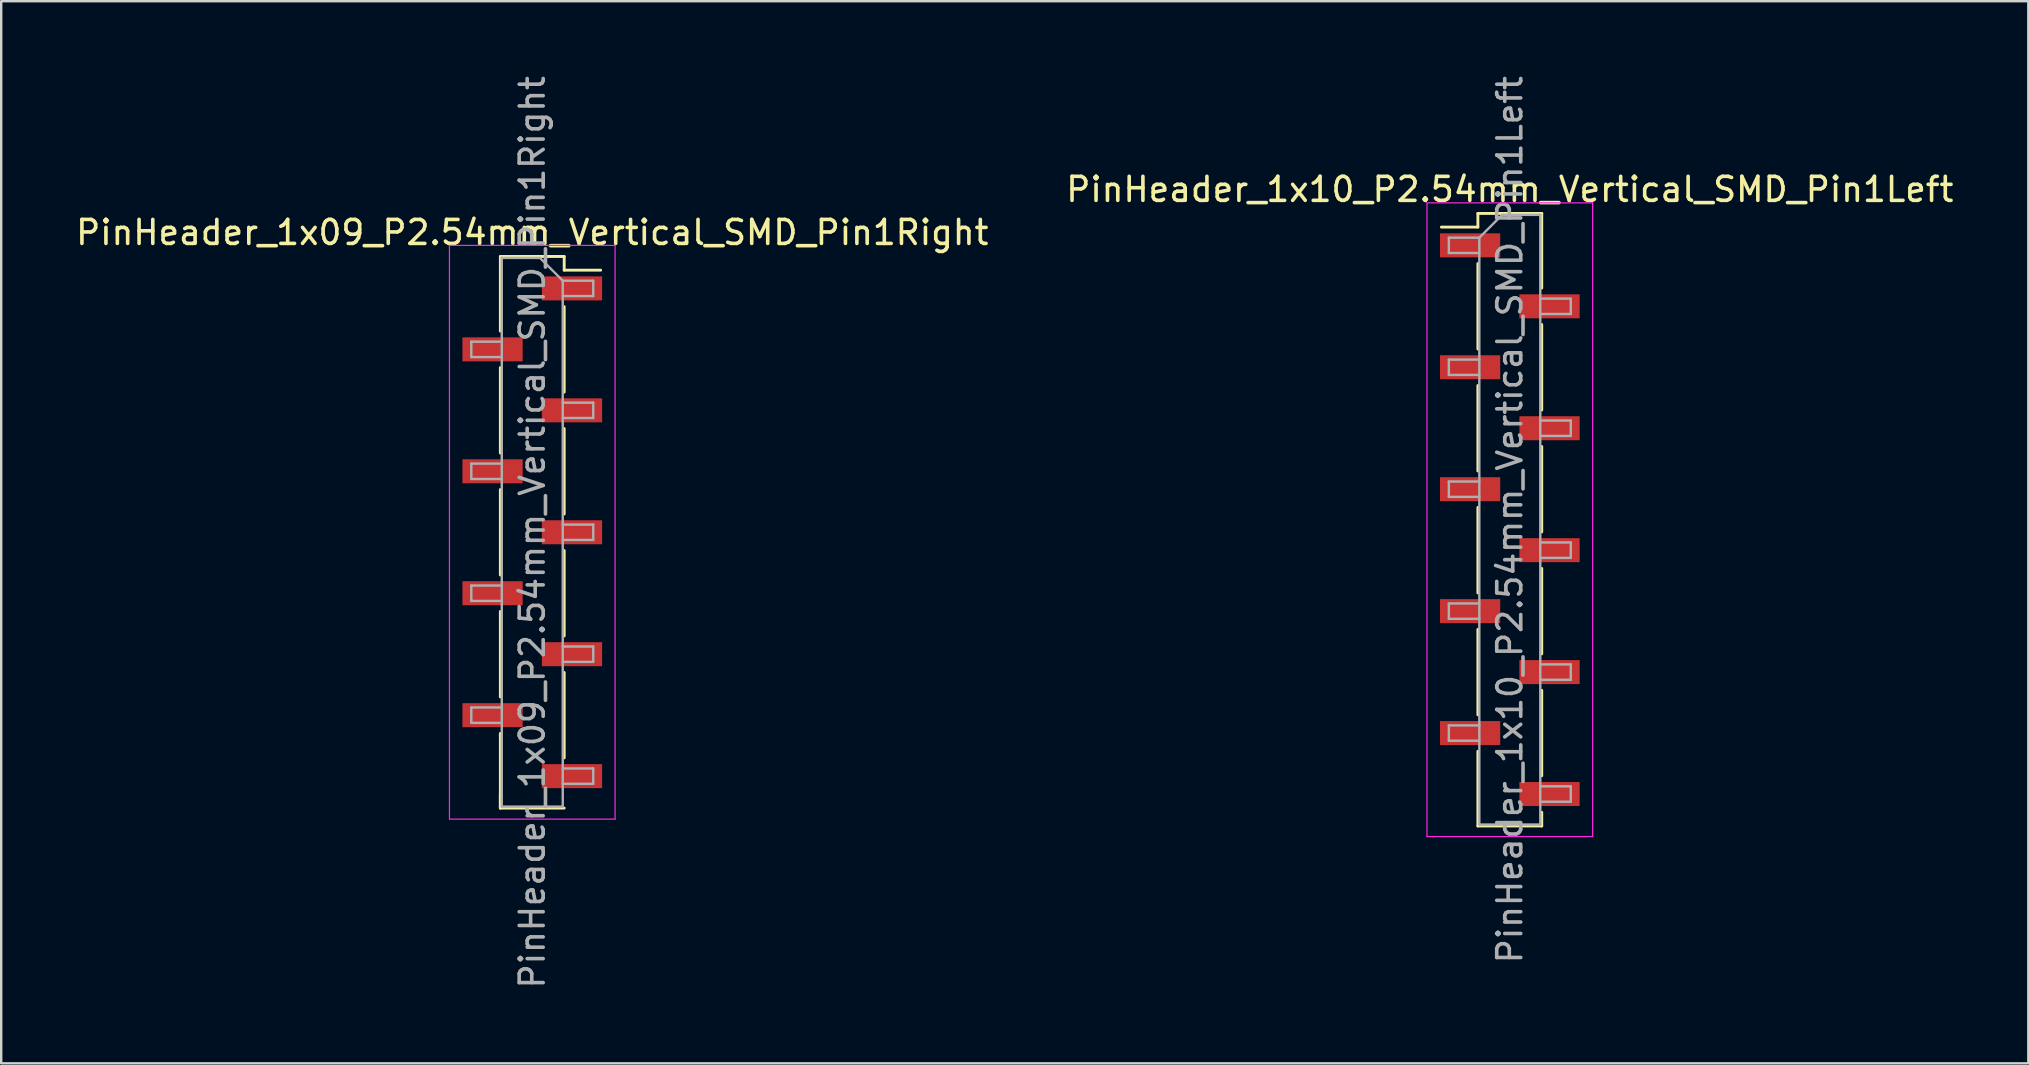
<source format=kicad_pcb>
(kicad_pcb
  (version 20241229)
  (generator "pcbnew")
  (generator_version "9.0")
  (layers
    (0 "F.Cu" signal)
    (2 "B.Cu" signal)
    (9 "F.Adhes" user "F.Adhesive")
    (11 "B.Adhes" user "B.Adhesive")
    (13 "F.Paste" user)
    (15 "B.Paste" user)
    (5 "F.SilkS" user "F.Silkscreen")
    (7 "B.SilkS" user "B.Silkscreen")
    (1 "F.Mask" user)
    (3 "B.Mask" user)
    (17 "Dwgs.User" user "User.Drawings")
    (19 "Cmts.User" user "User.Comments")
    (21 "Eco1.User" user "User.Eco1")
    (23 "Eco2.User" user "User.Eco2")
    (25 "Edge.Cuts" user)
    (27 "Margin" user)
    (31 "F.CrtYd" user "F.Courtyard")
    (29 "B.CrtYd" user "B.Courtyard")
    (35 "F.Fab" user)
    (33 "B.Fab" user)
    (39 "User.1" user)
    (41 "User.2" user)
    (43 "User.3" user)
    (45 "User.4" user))
  (footprint "PinHeader_1x09_P2.54mm_Vertical_SMD_Pin1Right"
    (layer "F.Cu")
    (at 19.125 19.125)
    (property "Reference" "PinHeader_1x09_P2.54mm_Vertical_SMD_Pin1Right" (at 0 -12.49 0) (layer "F.SilkS") (effects (font (size 1 1) (thickness 0.15))))
    (attr smd)
    (fp_line (start -1.33 -11.49) (end -1.33 -8.38) (stroke (width 0.12) (type solid)) (layer "F.SilkS"))
    (fp_line (start -1.33 -11.49) (end 1.33 -11.49) (stroke (width 0.12) (type solid)) (layer "F.SilkS"))
    (fp_line (start -1.33 -6.86) (end -1.33 -3.3) (stroke (width 0.12) (type solid)) (layer "F.SilkS"))
    (fp_line (start -1.33 -1.78) (end -1.33 1.78) (stroke (width 0.12) (type solid)) (layer "F.SilkS"))
    (fp_line (start -1.33 3.3) (end -1.33 6.86) (stroke (width 0.12) (type solid)) (layer "F.SilkS"))
    (fp_line (start -1.33 8.38) (end -1.33 11.49) (stroke (width 0.12) (type solid)) (layer "F.SilkS"))
    (fp_line (start -1.33 10.92) (end -1.33 11.49) (stroke (width 0.12) (type solid)) (layer "F.SilkS"))
    (fp_line (start -1.33 11.49) (end 1.33 11.49) (stroke (width 0.12) (type solid)) (layer "F.SilkS"))
    (fp_line (start 1.33 -11.49) (end 1.33 -10.92) (stroke (width 0.12) (type solid)) (layer "F.SilkS"))
    (fp_line (start 1.33 -10.92) (end 2.85 -10.92) (stroke (width 0.12) (type solid)) (layer "F.SilkS"))
    (fp_line (start 1.33 -9.4) (end 1.33 -5.84) (stroke (width 0.12) (type solid)) (layer "F.SilkS"))
    (fp_line (start 1.33 -4.32) (end 1.33 -0.76) (stroke (width 0.12) (type solid)) (layer "F.SilkS"))
    (fp_line (start 1.33 0.76) (end 1.33 4.32) (stroke (width 0.12) (type solid)) (layer "F.SilkS"))
    (fp_line (start 1.33 5.84) (end 1.33 9.4) (stroke (width 0.12) (type solid)) (layer "F.SilkS"))
    (fp_line (start -3.45 -11.95) (end -3.45 11.95) (stroke (width 0.05) (type solid)) (layer "F.CrtYd"))
    (fp_line (start -3.45 11.95) (end 3.45 11.95) (stroke (width 0.05) (type solid)) (layer "F.CrtYd"))
    (fp_line (start 3.45 -11.95) (end -3.45 -11.95) (stroke (width 0.05) (type solid)) (layer "F.CrtYd"))
    (fp_line (start 3.45 11.95) (end 3.45 -11.95) (stroke (width 0.05) (type solid)) (layer "F.CrtYd"))
    (fp_line (start -2.54 -7.94) (end -2.54 -7.3) (stroke (width 0.1) (type solid)) (layer "F.Fab"))
    (fp_line (start -2.54 -7.3) (end -1.27 -7.3) (stroke (width 0.1) (type solid)) (layer "F.Fab"))
    (fp_line (start -2.54 -2.86) (end -2.54 -2.22) (stroke (width 0.1) (type solid)) (layer "F.Fab"))
    (fp_line (start -2.54 -2.22) (end -1.27 -2.22) (stroke (width 0.1) (type solid)) (layer "F.Fab"))
    (fp_line (start -2.54 2.22) (end -2.54 2.86) (stroke (width 0.1) (type solid)) (layer "F.Fab"))
    (fp_line (start -2.54 2.86) (end -1.27 2.86) (stroke (width 0.1) (type solid)) (layer "F.Fab"))
    (fp_line (start -2.54 7.3) (end -2.54 7.94) (stroke (width 0.1) (type solid)) (layer "F.Fab"))
    (fp_line (start -2.54 7.94) (end -1.27 7.94) (stroke (width 0.1) (type solid)) (layer "F.Fab"))
    (fp_line (start -1.27 -11.43) (end -1.27 11.43) (stroke (width 0.1) (type solid)) (layer "F.Fab"))
    (fp_line (start -1.27 -11.43) (end 0.32 -11.43) (stroke (width 0.1) (type solid)) (layer "F.Fab"))
    (fp_line (start -1.27 -7.94) (end -2.54 -7.94) (stroke (width 0.1) (type solid)) (layer "F.Fab"))
    (fp_line (start -1.27 -2.86) (end -2.54 -2.86) (stroke (width 0.1) (type solid)) (layer "F.Fab"))
    (fp_line (start -1.27 2.22) (end -2.54 2.22) (stroke (width 0.1) (type solid)) (layer "F.Fab"))
    (fp_line (start -1.27 7.3) (end -2.54 7.3) (stroke (width 0.1) (type solid)) (layer "F.Fab"))
    (fp_line (start 1.27 -10.48) (end 0.32 -11.43) (stroke (width 0.1) (type solid)) (layer "F.Fab"))
    (fp_line (start 1.27 -10.48) (end 2.54 -10.48) (stroke (width 0.1) (type solid)) (layer "F.Fab"))
    (fp_line (start 1.27 -5.4) (end 2.54 -5.4) (stroke (width 0.1) (type solid)) (layer "F.Fab"))
    (fp_line (start 1.27 -0.32) (end 2.54 -0.32) (stroke (width 0.1) (type solid)) (layer "F.Fab"))
    (fp_line (start 1.27 4.76) (end 2.54 4.76) (stroke (width 0.1) (type solid)) (layer "F.Fab"))
    (fp_line (start 1.27 9.84) (end 2.54 9.84) (stroke (width 0.1) (type solid)) (layer "F.Fab"))
    (fp_line (start 1.27 11.43) (end -1.27 11.43) (stroke (width 0.1) (type solid)) (layer "F.Fab"))
    (fp_line (start 1.27 11.43) (end 1.27 -10.48) (stroke (width 0.1) (type solid)) (layer "F.Fab"))
    (fp_line (start 2.54 -10.48) (end 2.54 -9.84) (stroke (width 0.1) (type solid)) (layer "F.Fab"))
    (fp_line (start 2.54 -9.84) (end 1.27 -9.84) (stroke (width 0.1) (type solid)) (layer "F.Fab"))
    (fp_line (start 2.54 -5.4) (end 2.54 -4.76) (stroke (width 0.1) (type solid)) (layer "F.Fab"))
    (fp_line (start 2.54 -4.76) (end 1.27 -4.76) (stroke (width 0.1) (type solid)) (layer "F.Fab"))
    (fp_line (start 2.54 -0.32) (end 2.54 0.32) (stroke (width 0.1) (type solid)) (layer "F.Fab"))
    (fp_line (start 2.54 0.32) (end 1.27 0.32) (stroke (width 0.1) (type solid)) (layer "F.Fab"))
    (fp_line (start 2.54 4.76) (end 2.54 5.4) (stroke (width 0.1) (type solid)) (layer "F.Fab"))
    (fp_line (start 2.54 5.4) (end 1.27 5.4) (stroke (width 0.1) (type solid)) (layer "F.Fab"))
    (fp_line (start 2.54 9.84) (end 2.54 10.48) (stroke (width 0.1) (type solid)) (layer "F.Fab"))
    (fp_line (start 2.54 10.48) (end 1.27 10.48) (stroke (width 0.1) (type solid)) (layer "F.Fab"))
    (fp_text user "${REFERENCE}" (at 0 0 90) (layer "F.Fab") (effects (font (size 1 1) (thickness 0.15))))
    (pad "1" smd rect (at 1.655 -10.16) (size 2.51 1) (layers "F.Cu" "F.Mask" "F.Paste"))
    (pad "2" smd rect (at -1.655 -7.62) (size 2.51 1) (layers "F.Cu" "F.Mask" "F.Paste"))
    (pad "3" smd rect (at 1.655 -5.08) (size 2.51 1) (layers "F.Cu" "F.Mask" "F.Paste"))
    (pad "4" smd rect (at -1.655 -2.54) (size 2.51 1) (layers "F.Cu" "F.Mask" "F.Paste"))
    (pad "5" smd rect (at 1.655 0) (size 2.51 1) (layers "F.Cu" "F.Mask" "F.Paste"))
    (pad "6" smd rect (at -1.655 2.54) (size 2.51 1) (layers "F.Cu" "F.Mask" "F.Paste"))
    (pad "7" smd rect (at 1.655 5.08) (size 2.51 1) (layers "F.Cu" "F.Mask" "F.Paste"))
    (pad "8" smd rect (at -1.655 7.62) (size 2.51 1) (layers "F.Cu" "F.Mask" "F.Paste"))
    (pad "9" smd rect (at 1.655 10.16) (size 2.51 1) (layers "F.Cu" "F.Mask" "F.Paste")))
  (footprint "PinHeader_1x10_P2.54mm_Vertical_SMD_Pin1Left"
    (layer "F.Cu")
    (at 59.851 18.601)
    (property "Reference" "PinHeader_1x10_P2.54mm_Vertical_SMD_Pin1Left" (at 0 -13.76 0) (layer "F.SilkS") (effects (font (size 1 1) (thickness 0.15))))
    (attr smd)
    (fp_line (start -1.33 -12.76) (end -1.33 -12.19) (stroke (width 0.12) (type solid)) (layer "F.SilkS"))
    (fp_line (start -1.33 -12.76) (end 1.33 -12.76) (stroke (width 0.12) (type solid)) (layer "F.SilkS"))
    (fp_line (start -1.33 -12.19) (end -2.85 -12.19) (stroke (width 0.12) (type solid)) (layer "F.SilkS"))
    (fp_line (start -1.33 -10.67) (end -1.33 -7.11) (stroke (width 0.12) (type solid)) (layer "F.SilkS"))
    (fp_line (start -1.33 -5.59) (end -1.33 -2.03) (stroke (width 0.12) (type solid)) (layer "F.SilkS"))
    (fp_line (start -1.33 -0.51) (end -1.33 3.05) (stroke (width 0.12) (type solid)) (layer "F.SilkS"))
    (fp_line (start -1.33 4.57) (end -1.33 8.13) (stroke (width 0.12) (type solid)) (layer "F.SilkS"))
    (fp_line (start -1.33 9.65) (end -1.33 12.76) (stroke (width 0.12) (type solid)) (layer "F.SilkS"))
    (fp_line (start -1.33 12.76) (end 1.33 12.76) (stroke (width 0.12) (type solid)) (layer "F.SilkS"))
    (fp_line (start 1.33 -12.76) (end 1.33 -9.65) (stroke (width 0.12) (type solid)) (layer "F.SilkS"))
    (fp_line (start 1.33 -8.13) (end 1.33 -4.57) (stroke (width 0.12) (type solid)) (layer "F.SilkS"))
    (fp_line (start 1.33 -3.05) (end 1.33 0.51) (stroke (width 0.12) (type solid)) (layer "F.SilkS"))
    (fp_line (start 1.33 2.03) (end 1.33 5.59) (stroke (width 0.12) (type solid)) (layer "F.SilkS"))
    (fp_line (start 1.33 7.11) (end 1.33 10.67) (stroke (width 0.12) (type solid)) (layer "F.SilkS"))
    (fp_line (start 1.33 12.19) (end 1.33 12.76) (stroke (width 0.12) (type solid)) (layer "F.SilkS"))
    (fp_line (start -3.45 -13.2) (end -3.45 13.2) (stroke (width 0.05) (type solid)) (layer "F.CrtYd"))
    (fp_line (start -3.45 13.2) (end 3.45 13.2) (stroke (width 0.05) (type solid)) (layer "F.CrtYd"))
    (fp_line (start 3.45 -13.2) (end -3.45 -13.2) (stroke (width 0.05) (type solid)) (layer "F.CrtYd"))
    (fp_line (start 3.45 13.2) (end 3.45 -13.2) (stroke (width 0.05) (type solid)) (layer "F.CrtYd"))
    (fp_line (start -2.54 -11.75) (end -2.54 -11.11) (stroke (width 0.1) (type solid)) (layer "F.Fab"))
    (fp_line (start -2.54 -11.11) (end -1.27 -11.11) (stroke (width 0.1) (type solid)) (layer "F.Fab"))
    (fp_line (start -2.54 -6.67) (end -2.54 -6.03) (stroke (width 0.1) (type solid)) (layer "F.Fab"))
    (fp_line (start -2.54 -6.03) (end -1.27 -6.03) (stroke (width 0.1) (type solid)) (layer "F.Fab"))
    (fp_line (start -2.54 -1.59) (end -2.54 -0.95) (stroke (width 0.1) (type solid)) (layer "F.Fab"))
    (fp_line (start -2.54 -0.95) (end -1.27 -0.95) (stroke (width 0.1) (type solid)) (layer "F.Fab"))
    (fp_line (start -2.54 3.49) (end -2.54 4.13) (stroke (width 0.1) (type solid)) (layer "F.Fab"))
    (fp_line (start -2.54 4.13) (end -1.27 4.13) (stroke (width 0.1) (type solid)) (layer "F.Fab"))
    (fp_line (start -2.54 8.57) (end -2.54 9.21) (stroke (width 0.1) (type solid)) (layer "F.Fab"))
    (fp_line (start -2.54 9.21) (end -1.27 9.21) (stroke (width 0.1) (type solid)) (layer "F.Fab"))
    (fp_line (start -1.27 -11.75) (end -2.54 -11.75) (stroke (width 0.1) (type solid)) (layer "F.Fab"))
    (fp_line (start -1.27 -11.75) (end -0.32 -12.7) (stroke (width 0.1) (type solid)) (layer "F.Fab"))
    (fp_line (start -1.27 -6.67) (end -2.54 -6.67) (stroke (width 0.1) (type solid)) (layer "F.Fab"))
    (fp_line (start -1.27 -1.59) (end -2.54 -1.59) (stroke (width 0.1) (type solid)) (layer "F.Fab"))
    (fp_line (start -1.27 3.49) (end -2.54 3.49) (stroke (width 0.1) (type solid)) (layer "F.Fab"))
    (fp_line (start -1.27 8.57) (end -2.54 8.57) (stroke (width 0.1) (type solid)) (layer "F.Fab"))
    (fp_line (start -1.27 12.7) (end -1.27 -11.75) (stroke (width 0.1) (type solid)) (layer "F.Fab"))
    (fp_line (start -0.32 -12.7) (end 1.27 -12.7) (stroke (width 0.1) (type solid)) (layer "F.Fab"))
    (fp_line (start 1.27 -12.7) (end 1.27 12.7) (stroke (width 0.1) (type solid)) (layer "F.Fab"))
    (fp_line (start 1.27 -9.21) (end 2.54 -9.21) (stroke (width 0.1) (type solid)) (layer "F.Fab"))
    (fp_line (start 1.27 -4.13) (end 2.54 -4.13) (stroke (width 0.1) (type solid)) (layer "F.Fab"))
    (fp_line (start 1.27 0.95) (end 2.54 0.95) (stroke (width 0.1) (type solid)) (layer "F.Fab"))
    (fp_line (start 1.27 6.03) (end 2.54 6.03) (stroke (width 0.1) (type solid)) (layer "F.Fab"))
    (fp_line (start 1.27 11.11) (end 2.54 11.11) (stroke (width 0.1) (type solid)) (layer "F.Fab"))
    (fp_line (start 1.27 12.7) (end -1.27 12.7) (stroke (width 0.1) (type solid)) (layer "F.Fab"))
    (fp_line (start 2.54 -9.21) (end 2.54 -8.57) (stroke (width 0.1) (type solid)) (layer "F.Fab"))
    (fp_line (start 2.54 -8.57) (end 1.27 -8.57) (stroke (width 0.1) (type solid)) (layer "F.Fab"))
    (fp_line (start 2.54 -4.13) (end 2.54 -3.49) (stroke (width 0.1) (type solid)) (layer "F.Fab"))
    (fp_line (start 2.54 -3.49) (end 1.27 -3.49) (stroke (width 0.1) (type solid)) (layer "F.Fab"))
    (fp_line (start 2.54 0.95) (end 2.54 1.59) (stroke (width 0.1) (type solid)) (layer "F.Fab"))
    (fp_line (start 2.54 1.59) (end 1.27 1.59) (stroke (width 0.1) (type solid)) (layer "F.Fab"))
    (fp_line (start 2.54 6.03) (end 2.54 6.67) (stroke (width 0.1) (type solid)) (layer "F.Fab"))
    (fp_line (start 2.54 6.67) (end 1.27 6.67) (stroke (width 0.1) (type solid)) (layer "F.Fab"))
    (fp_line (start 2.54 11.11) (end 2.54 11.75) (stroke (width 0.1) (type solid)) (layer "F.Fab"))
    (fp_line (start 2.54 11.75) (end 1.27 11.75) (stroke (width 0.1) (type solid)) (layer "F.Fab"))
    (fp_text user "${REFERENCE}" (at 0 0 90) (layer "F.Fab") (effects (font (size 1 1) (thickness 0.15))))
    (pad "1" smd rect (at -1.655 -11.43) (size 2.51 1) (layers "F.Cu" "F.Mask" "F.Paste"))
    (pad "2" smd rect (at 1.655 -8.89) (size 2.51 1) (layers "F.Cu" "F.Mask" "F.Paste"))
    (pad "3" smd rect (at -1.655 -6.35) (size 2.51 1) (layers "F.Cu" "F.Mask" "F.Paste"))
    (pad "4" smd rect (at 1.655 -3.81) (size 2.51 1) (layers "F.Cu" "F.Mask" "F.Paste"))
    (pad "5" smd rect (at -1.655 -1.27) (size 2.51 1) (layers "F.Cu" "F.Mask" "F.Paste"))
    (pad "6" smd rect (at 1.655 1.27) (size 2.51 1) (layers "F.Cu" "F.Mask" "F.Paste"))
    (pad "7" smd rect (at -1.655 3.81) (size 2.51 1) (layers "F.Cu" "F.Mask" "F.Paste"))
    (pad "8" smd rect (at 1.655 6.35) (size 2.51 1) (layers "F.Cu" "F.Mask" "F.Paste"))
    (pad "9" smd rect (at -1.655 8.89) (size 2.51 1) (layers "F.Cu" "F.Mask" "F.Paste"))
    (pad "10" smd rect (at 1.655 11.43) (size 2.51 1) (layers "F.Cu" "F.Mask" "F.Paste")))
  (gr_rect
    (start -3 -3)
    (end 81.452 41.25)
    (stroke (width 0.1) (type default))
    (fill no)
    (layer "Edge.Cuts")))
</source>
